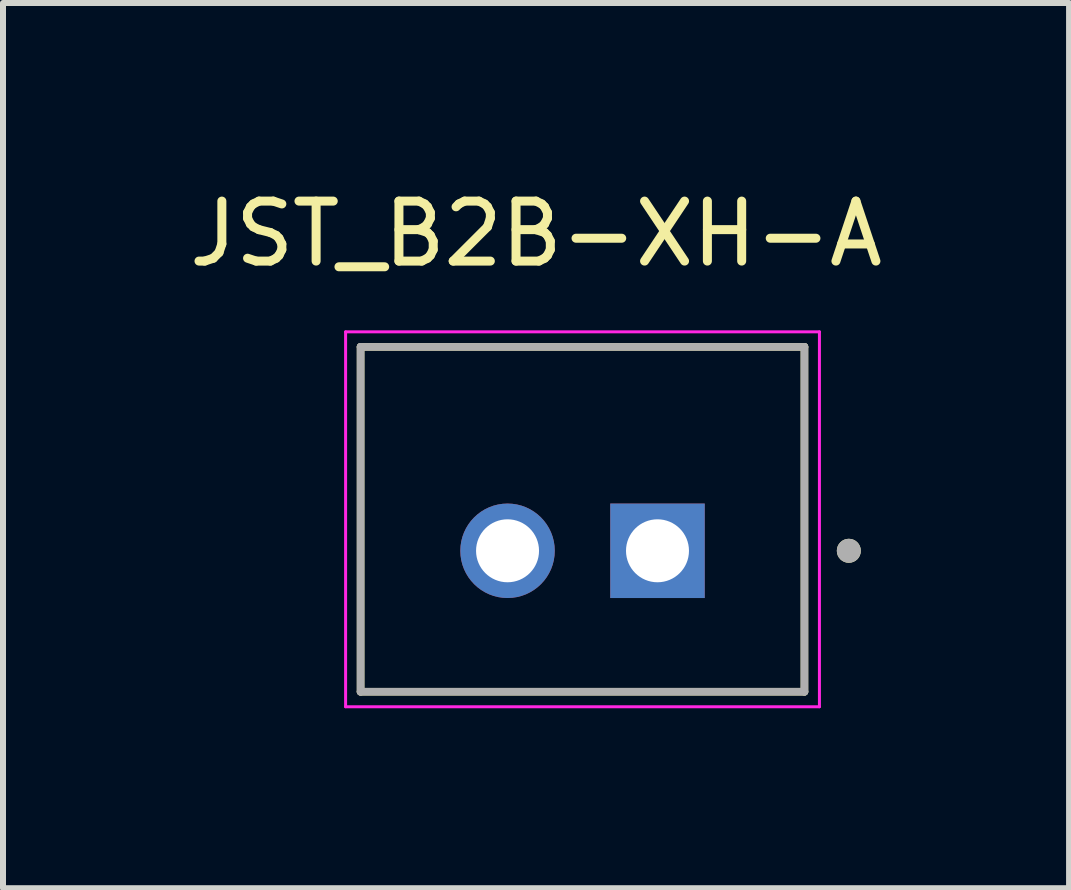
<source format=kicad_pcb>
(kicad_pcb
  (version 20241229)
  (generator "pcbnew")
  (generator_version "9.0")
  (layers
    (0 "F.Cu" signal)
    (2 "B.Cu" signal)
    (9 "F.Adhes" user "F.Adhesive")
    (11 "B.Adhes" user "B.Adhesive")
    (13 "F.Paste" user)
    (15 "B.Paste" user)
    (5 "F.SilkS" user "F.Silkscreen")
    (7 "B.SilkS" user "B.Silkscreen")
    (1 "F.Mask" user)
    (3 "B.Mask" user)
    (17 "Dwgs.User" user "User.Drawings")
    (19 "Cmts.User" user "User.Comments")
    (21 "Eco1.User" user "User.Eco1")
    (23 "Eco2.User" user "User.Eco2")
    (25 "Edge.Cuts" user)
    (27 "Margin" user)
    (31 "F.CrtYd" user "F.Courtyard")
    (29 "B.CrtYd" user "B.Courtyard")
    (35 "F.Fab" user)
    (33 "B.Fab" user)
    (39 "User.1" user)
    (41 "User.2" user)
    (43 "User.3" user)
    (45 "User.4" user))
  (footprint "JST_B2B-XH-A"
    (layer "F.Cu")
    (at 6.662 5.608)
    (property "Reference" "JST_B2B-XH-A" (at -0.775 -4.76 0) (layer "F.SilkS") (effects (font (size 1 1) (thickness 0.15))))
    (attr through_hole)
    (fp_line (start -3.7 -2.875) (end 3.7 -2.875) (stroke (width 0.127) (type solid)) (layer "F.SilkS"))
    (fp_line (start -3.7 2.875) (end -3.7 -2.875) (stroke (width 0.127) (type solid)) (layer "F.SilkS"))
    (fp_line (start 3.7 -2.875) (end 3.7 2.875) (stroke (width 0.127) (type solid)) (layer "F.SilkS"))
    (fp_line (start 3.7 2.875) (end -3.7 2.875) (stroke (width 0.127) (type solid)) (layer "F.SilkS"))
    (fp_circle (center 4.44 0.525) (end 4.54 0.525) (stroke (width 0.2) (type solid)) (fill no) (layer "F.SilkS"))
    (fp_line (start -3.95 -3.125) (end -3.95 3.125) (stroke (width 0.05) (type solid)) (layer "F.CrtYd"))
    (fp_line (start -3.95 3.125) (end 3.95 3.125) (stroke (width 0.05) (type solid)) (layer "F.CrtYd"))
    (fp_line (start 3.95 -3.125) (end -3.95 -3.125) (stroke (width 0.05) (type solid)) (layer "F.CrtYd"))
    (fp_line (start 3.95 3.125) (end 3.95 -3.125) (stroke (width 0.05) (type solid)) (layer "F.CrtYd"))
    (fp_line (start -3.7 -2.875) (end 3.7 -2.875) (stroke (width 0.127) (type solid)) (layer "F.Fab"))
    (fp_line (start -3.7 2.875) (end -3.7 -2.875) (stroke (width 0.127) (type solid)) (layer "F.Fab"))
    (fp_line (start 3.7 -2.875) (end 3.7 2.875) (stroke (width 0.127) (type solid)) (layer "F.Fab"))
    (fp_line (start 3.7 2.875) (end -3.7 2.875) (stroke (width 0.127) (type solid)) (layer "F.Fab"))
    (fp_circle (center 4.44 0.525) (end 4.54 0.525) (stroke (width 0.2) (type solid)) (fill no) (layer "F.Fab"))
    (pad "1" thru_hole rect (at 1.25 0.525) (size 1.575 1.575) (drill 1.05) (layers "*.Cu" "*.Mask"))
    (pad "2" thru_hole circle (at -1.25 0.525) (size 1.575 1.575) (drill 1.05) (layers "*.Cu" "*.Mask")))
  (gr_rect
    (start -3 -3)
    (end 14.774 11.758)
    (stroke (width 0.1) (type default))
    (fill no)
    (layer "Edge.Cuts")))
</source>
